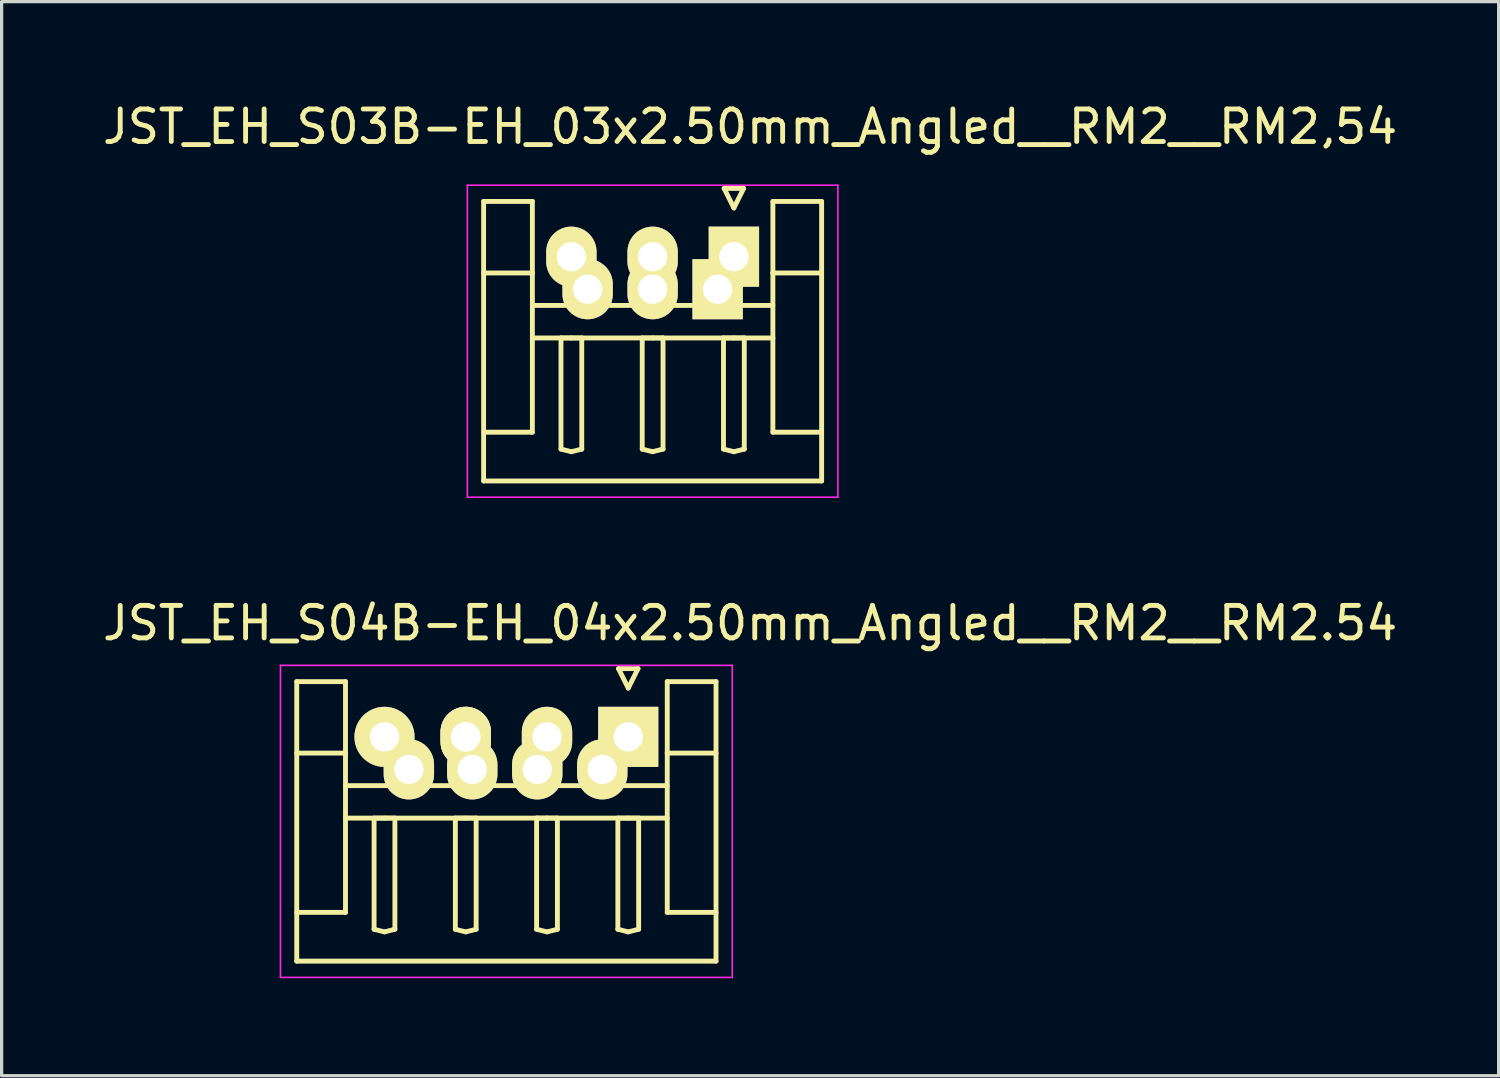
<source format=kicad_pcb>
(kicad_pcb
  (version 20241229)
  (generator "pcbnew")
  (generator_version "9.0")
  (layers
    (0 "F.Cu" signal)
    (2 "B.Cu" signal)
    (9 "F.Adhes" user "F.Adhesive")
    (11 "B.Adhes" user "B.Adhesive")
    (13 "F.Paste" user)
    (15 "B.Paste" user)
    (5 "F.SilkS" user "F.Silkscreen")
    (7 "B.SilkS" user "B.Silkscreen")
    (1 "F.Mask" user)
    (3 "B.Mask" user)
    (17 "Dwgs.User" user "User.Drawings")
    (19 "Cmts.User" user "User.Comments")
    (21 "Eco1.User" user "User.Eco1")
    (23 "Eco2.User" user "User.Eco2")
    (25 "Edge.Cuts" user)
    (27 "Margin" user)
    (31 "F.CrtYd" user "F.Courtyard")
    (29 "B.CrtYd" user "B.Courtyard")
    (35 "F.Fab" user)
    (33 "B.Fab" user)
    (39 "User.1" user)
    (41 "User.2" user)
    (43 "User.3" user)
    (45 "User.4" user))
  (footprint "JST_EH_S04B-EH_04x2.50mm_Angled__RM2__RM2.54"
    (layer "F.Cu")
    (at 12.53 19.622)
    (property "Reference" "JST_EH_S04B-EH_04x2.50mm_Angled__RM2__RM2.54" (at 7.5 -3.5 180) (layer "F.SilkS") (effects (font (size 1 1) (thickness 0.15))))
    (attr through_hole)
    (fp_line (start -6.45 -1.7) (end -4.95 -1.7) (stroke (width 0.15) (type solid)) (layer "F.SilkS"))
    (fp_line (start -6.45 5.4) (end -4.95 5.4) (stroke (width 0.15) (type solid)) (layer "F.SilkS"))
    (fp_line (start -6.45 6.9) (end -6.45 -1.7) (stroke (width 0.15) (type solid)) (layer "F.SilkS"))
    (fp_line (start -4.95 -1.7) (end -4.95 0.5) (stroke (width 0.15) (type solid)) (layer "F.SilkS"))
    (fp_line (start -4.95 0.5) (end -6.45 0.5) (stroke (width 0.15) (type solid)) (layer "F.SilkS"))
    (fp_line (start -4.95 5.4) (end -4.95 0.5) (stroke (width 0.15) (type solid)) (layer "F.SilkS"))
    (fp_line (start -4.07 2.5) (end -3.75 2.5) (stroke (width 0.15) (type solid)) (layer "F.SilkS"))
    (fp_line (start -4.07 5.92) (end -4.07 2.5) (stroke (width 0.15) (type solid)) (layer "F.SilkS"))
    (fp_line (start -3.75 2.5) (end -3.43 2.5) (stroke (width 0.15) (type solid)) (layer "F.SilkS"))
    (fp_line (start -3.75 6) (end -4.07 5.92) (stroke (width 0.15) (type solid)) (layer "F.SilkS"))
    (fp_line (start -3.43 2.5) (end -3.43 5.92) (stroke (width 0.15) (type solid)) (layer "F.SilkS"))
    (fp_line (start -3.43 5.92) (end -3.75 6) (stroke (width 0.15) (type solid)) (layer "F.SilkS"))
    (fp_line (start -1.57 2.5) (end -1.25 2.5) (stroke (width 0.15) (type solid)) (layer "F.SilkS"))
    (fp_line (start -1.57 5.92) (end -1.57 2.5) (stroke (width 0.15) (type solid)) (layer "F.SilkS"))
    (fp_line (start -1.25 2.5) (end -0.93 2.5) (stroke (width 0.15) (type solid)) (layer "F.SilkS"))
    (fp_line (start -1.25 6) (end -1.57 5.92) (stroke (width 0.15) (type solid)) (layer "F.SilkS"))
    (fp_line (start -0.93 2.5) (end -0.93 5.92) (stroke (width 0.15) (type solid)) (layer "F.SilkS"))
    (fp_line (start -0.93 5.92) (end -1.25 6) (stroke (width 0.15) (type solid)) (layer "F.SilkS"))
    (fp_line (start 0.93 2.5) (end 1.25 2.5) (stroke (width 0.15) (type solid)) (layer "F.SilkS"))
    (fp_line (start 0.93 5.92) (end 0.93 2.5) (stroke (width 0.15) (type solid)) (layer "F.SilkS"))
    (fp_line (start 1.25 2.5) (end 1.57 2.5) (stroke (width 0.15) (type solid)) (layer "F.SilkS"))
    (fp_line (start 1.25 6) (end 0.93 5.92) (stroke (width 0.15) (type solid)) (layer "F.SilkS"))
    (fp_line (start 1.57 2.5) (end 1.57 5.92) (stroke (width 0.15) (type solid)) (layer "F.SilkS"))
    (fp_line (start 1.57 5.92) (end 1.25 6) (stroke (width 0.15) (type solid)) (layer "F.SilkS"))
    (fp_line (start 3.43 2.5) (end 3.75 2.5) (stroke (width 0.15) (type solid)) (layer "F.SilkS"))
    (fp_line (start 3.43 5.92) (end 3.43 2.5) (stroke (width 0.15) (type solid)) (layer "F.SilkS"))
    (fp_line (start 3.45 -2.1) (end 3.75 -1.5) (stroke (width 0.15) (type solid)) (layer "F.SilkS"))
    (fp_line (start 3.75 -1.5) (end 4.05 -2.1) (stroke (width 0.15) (type solid)) (layer "F.SilkS"))
    (fp_line (start 3.75 2.5) (end 4.07 2.5) (stroke (width 0.15) (type solid)) (layer "F.SilkS"))
    (fp_line (start 3.75 6) (end 3.43 5.92) (stroke (width 0.15) (type solid)) (layer "F.SilkS"))
    (fp_line (start 4.05 -2.1) (end 3.45 -2.1) (stroke (width 0.15) (type solid)) (layer "F.SilkS"))
    (fp_line (start 4.07 2.5) (end 4.07 5.92) (stroke (width 0.15) (type solid)) (layer "F.SilkS"))
    (fp_line (start 4.07 5.92) (end 3.75 6) (stroke (width 0.15) (type solid)) (layer "F.SilkS"))
    (fp_line (start 4.95 -1.7) (end 6.45 -1.7) (stroke (width 0.15) (type solid)) (layer "F.SilkS"))
    (fp_line (start 4.95 0.5) (end 4.95 -1.7) (stroke (width 0.15) (type solid)) (layer "F.SilkS"))
    (fp_line (start 4.95 0.5) (end 6.45 0.5) (stroke (width 0.15) (type solid)) (layer "F.SilkS"))
    (fp_line (start 4.95 1.5) (end -4.95 1.5) (stroke (width 0.15) (type solid)) (layer "F.SilkS"))
    (fp_line (start 4.95 2.5) (end -4.95 2.5) (stroke (width 0.15) (type solid)) (layer "F.SilkS"))
    (fp_line (start 4.95 5.4) (end 4.95 0.5) (stroke (width 0.15) (type solid)) (layer "F.SilkS"))
    (fp_line (start 6.45 -1.7) (end 6.45 6.9) (stroke (width 0.15) (type solid)) (layer "F.SilkS"))
    (fp_line (start 6.45 5.4) (end 4.95 5.4) (stroke (width 0.15) (type solid)) (layer "F.SilkS"))
    (fp_line (start 6.45 6.9) (end -6.45 6.9) (stroke (width 0.15) (type solid)) (layer "F.SilkS"))
    (fp_line (start -6.95 -2.2) (end -6.95 7.4) (stroke (width 0.05) (type solid)) (layer "F.CrtYd"))
    (fp_line (start -6.95 7.4) (end 6.95 7.4) (stroke (width 0.05) (type solid)) (layer "F.CrtYd"))
    (fp_line (start 6.95 -2.2) (end -6.95 -2.2) (stroke (width 0.05) (type solid)) (layer "F.CrtYd"))
    (fp_line (start 6.95 7.4) (end 6.95 -2.2) (stroke (width 0.05) (type solid)) (layer "F.CrtYd"))
    (pad "1" thru_hole oval (at 2.95 1 180) (size 1.55 1.85) (drill 0.9) (layers "*.Cu" "*.Mask" "F.SilkS"))
    (pad "1" thru_hole rect (at 3.75 0 180) (size 1.85 1.85) (drill 0.9) (layers "*.Cu" "*.Mask" "F.SilkS"))
    (pad "2" thru_hole oval (at 0.95 1 180) (size 1.55 1.85) (drill 0.9) (layers "*.Cu" "*.Mask" "F.SilkS"))
    (pad "2" thru_hole oval (at 1.25 0 180) (size 1.55 1.85) (drill 0.9) (layers "*.Cu" "*.Mask" "F.SilkS"))
    (pad "3" thru_hole oval (at -1.25 0 180) (size 1.55 1.85) (drill 0.9) (layers "*.Cu" "*.Mask" "F.SilkS"))
    (pad "3" thru_hole oval (at -1.25 0 180) (size 1.55 1.85) (drill 0.9) (layers "*.Cu" "*.Mask" "F.SilkS"))
    (pad "3" thru_hole oval (at -1.05 1 180) (size 1.55 1.85) (drill 0.9) (layers "*.Cu" "*.Mask" "F.SilkS"))
    (pad "4" thru_hole circle (at -3.75 0 180) (size 1.85 1.85) (drill 0.9) (layers "*.Cu" "*.Mask" "F.SilkS"))
    (pad "4" thru_hole oval (at -3 1 180) (size 1.55 1.85) (drill 0.9) (layers "*.Cu" "*.Mask" "F.SilkS")))
  (footprint "JST_EH_S03B-EH_03x2.50mm_Angled__RM2__RM2,54"
    (layer "F.Cu")
    (at 17.03 4.848)
    (property "Reference" "JST_EH_S03B-EH_03x2.50mm_Angled__RM2__RM2,54" (at 3 -4 180) (layer "F.SilkS") (effects (font (size 1 1) (thickness 0.15))))
    (attr through_hole)
    (fp_line (start -5.2 -1.7) (end -3.7 -1.7) (stroke (width 0.15) (type solid)) (layer "F.SilkS"))
    (fp_line (start -5.2 5.4) (end -3.7 5.4) (stroke (width 0.15) (type solid)) (layer "F.SilkS"))
    (fp_line (start -5.2 6.9) (end -5.2 -1.7) (stroke (width 0.15) (type solid)) (layer "F.SilkS"))
    (fp_line (start -3.7 -1.7) (end -3.7 0.5) (stroke (width 0.15) (type solid)) (layer "F.SilkS"))
    (fp_line (start -3.7 0.5) (end -5.2 0.5) (stroke (width 0.15) (type solid)) (layer "F.SilkS"))
    (fp_line (start -3.7 5.4) (end -3.7 0.5) (stroke (width 0.15) (type solid)) (layer "F.SilkS"))
    (fp_line (start -2.82 2.5) (end -2.5 2.5) (stroke (width 0.15) (type solid)) (layer "F.SilkS"))
    (fp_line (start -2.82 5.92) (end -2.82 2.5) (stroke (width 0.15) (type solid)) (layer "F.SilkS"))
    (fp_line (start -2.5 2.5) (end -2.18 2.5) (stroke (width 0.15) (type solid)) (layer "F.SilkS"))
    (fp_line (start -2.5 6) (end -2.82 5.92) (stroke (width 0.15) (type solid)) (layer "F.SilkS"))
    (fp_line (start -2.18 2.5) (end -2.18 5.92) (stroke (width 0.15) (type solid)) (layer "F.SilkS"))
    (fp_line (start -2.18 5.92) (end -2.5 6) (stroke (width 0.15) (type solid)) (layer "F.SilkS"))
    (fp_line (start -0.32 2.5) (end 0 2.5) (stroke (width 0.15) (type solid)) (layer "F.SilkS"))
    (fp_line (start -0.32 5.92) (end -0.32 2.5) (stroke (width 0.15) (type solid)) (layer "F.SilkS"))
    (fp_line (start 0 2.5) (end 0.32 2.5) (stroke (width 0.15) (type solid)) (layer "F.SilkS"))
    (fp_line (start 0 6) (end -0.32 5.92) (stroke (width 0.15) (type solid)) (layer "F.SilkS"))
    (fp_line (start 0.32 2.5) (end 0.32 5.92) (stroke (width 0.15) (type solid)) (layer "F.SilkS"))
    (fp_line (start 0.32 5.92) (end 0 6) (stroke (width 0.15) (type solid)) (layer "F.SilkS"))
    (fp_line (start 2.18 2.5) (end 2.5 2.5) (stroke (width 0.15) (type solid)) (layer "F.SilkS"))
    (fp_line (start 2.18 5.92) (end 2.18 2.5) (stroke (width 0.15) (type solid)) (layer "F.SilkS"))
    (fp_line (start 2.2 -2.1) (end 2.5 -1.5) (stroke (width 0.15) (type solid)) (layer "F.SilkS"))
    (fp_line (start 2.5 -1.5) (end 2.8 -2.1) (stroke (width 0.15) (type solid)) (layer "F.SilkS"))
    (fp_line (start 2.5 2.5) (end 2.82 2.5) (stroke (width 0.15) (type solid)) (layer "F.SilkS"))
    (fp_line (start 2.5 6) (end 2.18 5.92) (stroke (width 0.15) (type solid)) (layer "F.SilkS"))
    (fp_line (start 2.8 -2.1) (end 2.2 -2.1) (stroke (width 0.15) (type solid)) (layer "F.SilkS"))
    (fp_line (start 2.82 2.5) (end 2.82 5.92) (stroke (width 0.15) (type solid)) (layer "F.SilkS"))
    (fp_line (start 2.82 5.92) (end 2.5 6) (stroke (width 0.15) (type solid)) (layer "F.SilkS"))
    (fp_line (start 3.7 -1.7) (end 5.2 -1.7) (stroke (width 0.15) (type solid)) (layer "F.SilkS"))
    (fp_line (start 3.7 0.5) (end 3.7 -1.7) (stroke (width 0.15) (type solid)) (layer "F.SilkS"))
    (fp_line (start 3.7 0.5) (end 5.2 0.5) (stroke (width 0.15) (type solid)) (layer "F.SilkS"))
    (fp_line (start 3.7 1.5) (end -3.7 1.5) (stroke (width 0.15) (type solid)) (layer "F.SilkS"))
    (fp_line (start 3.7 2.5) (end -3.7 2.5) (stroke (width 0.15) (type solid)) (layer "F.SilkS"))
    (fp_line (start 3.7 5.4) (end 3.7 0.5) (stroke (width 0.15) (type solid)) (layer "F.SilkS"))
    (fp_line (start 5.2 -1.7) (end 5.2 6.9) (stroke (width 0.15) (type solid)) (layer "F.SilkS"))
    (fp_line (start 5.2 5.4) (end 3.7 5.4) (stroke (width 0.15) (type solid)) (layer "F.SilkS"))
    (fp_line (start 5.2 6.9) (end -5.2 6.9) (stroke (width 0.15) (type solid)) (layer "F.SilkS"))
    (fp_line (start -5.7 -2.2) (end -5.7 7.4) (stroke (width 0.05) (type solid)) (layer "F.CrtYd"))
    (fp_line (start -5.7 7.4) (end 5.7 7.4) (stroke (width 0.05) (type solid)) (layer "F.CrtYd"))
    (fp_line (start 5.7 -2.2) (end -5.7 -2.2) (stroke (width 0.05) (type solid)) (layer "F.CrtYd"))
    (fp_line (start 5.7 7.4) (end 5.7 -2.2) (stroke (width 0.05) (type solid)) (layer "F.CrtYd"))
    (pad "1" thru_hole rect (at 2 1 180) (size 1.55 1.85) (drill 0.9) (layers "*.Cu" "*.Mask" "F.SilkS"))
    (pad "1" thru_hole rect (at 2.5 0 180) (size 1.55 1.85) (drill 0.9) (layers "*.Cu" "*.Mask" "F.SilkS"))
    (pad "2" thru_hole oval (at 0 0 180) (size 1.55 1.85) (drill 0.9) (layers "*.Cu" "*.Mask" "F.SilkS"))
    (pad "2" thru_hole oval (at 0 1 180) (size 1.55 1.85) (drill 0.9) (layers "*.Cu" "*.Mask" "F.SilkS"))
    (pad "3" thru_hole oval (at -2.5 0 180) (size 1.55 1.85) (drill 0.9) (layers "*.Cu" "*.Mask" "F.SilkS"))
    (pad "3" thru_hole oval (at -2 1 180) (size 1.55 1.85) (drill 0.9) (layers "*.Cu" "*.Mask" "F.SilkS")))
  (gr_rect
    (start -3 -3)
    (end 43.06 30.047)
    (stroke (width 0.1) (type default))
    (fill no)
    (layer "Edge.Cuts")))
</source>
